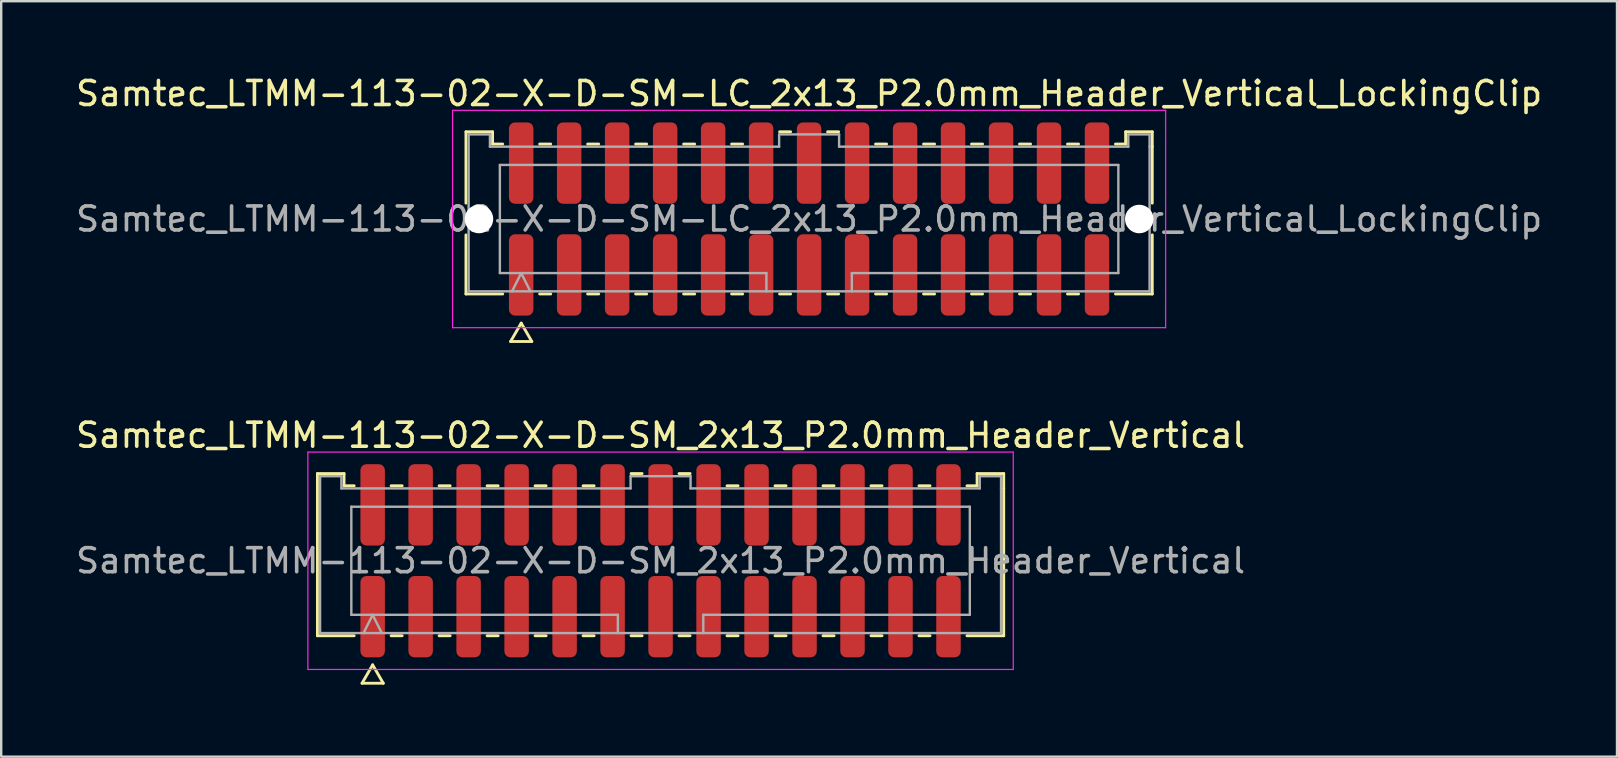
<source format=kicad_pcb>
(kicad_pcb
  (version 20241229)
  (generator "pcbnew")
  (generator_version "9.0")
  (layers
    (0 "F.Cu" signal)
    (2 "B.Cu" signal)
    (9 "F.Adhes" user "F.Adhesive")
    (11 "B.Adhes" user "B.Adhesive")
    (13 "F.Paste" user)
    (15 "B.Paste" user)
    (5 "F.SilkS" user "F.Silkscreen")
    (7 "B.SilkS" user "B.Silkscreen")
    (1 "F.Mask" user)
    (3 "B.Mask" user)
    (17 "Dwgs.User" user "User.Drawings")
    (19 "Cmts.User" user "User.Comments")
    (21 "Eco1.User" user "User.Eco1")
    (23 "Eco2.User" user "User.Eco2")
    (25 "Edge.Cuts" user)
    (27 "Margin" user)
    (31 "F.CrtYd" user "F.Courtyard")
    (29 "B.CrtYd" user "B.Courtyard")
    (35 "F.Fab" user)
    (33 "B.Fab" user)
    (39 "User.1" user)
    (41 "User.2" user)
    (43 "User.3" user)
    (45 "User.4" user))
  (footprint "Samtec_LTMM-113-02-X-D-SM-LC_2x13_P2.0mm_Header_Vertical_LockingClip"
    (layer "F.Cu")
    (at 30.673 6.078)
    (property "Reference" "Samtec_LTMM-113-02-X-D-SM-LC_2x13_P2.0mm_Header_Vertical_LockingClip" (at 0 -5.23 0) (layer "F.SilkS") (effects (font (size 1 1) (thickness 0.15))))
    (attr smd)
    (fp_line (start -14.302 -3.635) (end -13.193 -3.635) (stroke (width 0.12) (type solid)) (layer "F.SilkS"))
    (fp_line (start -14.302 -0.662) (end -14.302 -3.635) (stroke (width 0.12) (type solid)) (layer "F.SilkS"))
    (fp_line (start -14.302 3.125) (end -14.302 0.662) (stroke (width 0.12) (type solid)) (layer "F.SilkS"))
    (fp_line (start -13.193 -3.635) (end -13.193 -3.125) (stroke (width 0.12) (type solid)) (layer "F.SilkS"))
    (fp_line (start -13.193 -3.125) (end -12.77 -3.125) (stroke (width 0.12) (type solid)) (layer "F.SilkS"))
    (fp_line (start -12.77 3.125) (end -14.302 3.125) (stroke (width 0.12) (type solid)) (layer "F.SilkS"))
    (fp_line (start -12.442 5.105) (end -12 4.34) (stroke (width 0.12) (type solid)) (layer "F.SilkS"))
    (fp_line (start -12 4.34) (end -11.558 5.105) (stroke (width 0.12) (type solid)) (layer "F.SilkS"))
    (fp_line (start -11.558 5.105) (end -12.442 5.105) (stroke (width 0.12) (type solid)) (layer "F.SilkS"))
    (fp_line (start -11.23 -3.125) (end -10.77 -3.125) (stroke (width 0.12) (type solid)) (layer "F.SilkS"))
    (fp_line (start -10.77 3.125) (end -11.23 3.125) (stroke (width 0.12) (type solid)) (layer "F.SilkS"))
    (fp_line (start -9.23 -3.125) (end -8.77 -3.125) (stroke (width 0.12) (type solid)) (layer "F.SilkS"))
    (fp_line (start -8.77 3.125) (end -9.23 3.125) (stroke (width 0.12) (type solid)) (layer "F.SilkS"))
    (fp_line (start -7.23 -3.125) (end -6.77 -3.125) (stroke (width 0.12) (type solid)) (layer "F.SilkS"))
    (fp_line (start -6.77 3.125) (end -7.23 3.125) (stroke (width 0.12) (type solid)) (layer "F.SilkS"))
    (fp_line (start -5.23 -3.125) (end -4.77 -3.125) (stroke (width 0.12) (type solid)) (layer "F.SilkS"))
    (fp_line (start -4.77 3.125) (end -5.23 3.125) (stroke (width 0.12) (type solid)) (layer "F.SilkS"))
    (fp_line (start -3.23 -3.125) (end -2.77 -3.125) (stroke (width 0.12) (type solid)) (layer "F.SilkS"))
    (fp_line (start -2.77 3.125) (end -3.23 3.125) (stroke (width 0.12) (type solid)) (layer "F.SilkS"))
    (fp_line (start -1.23 -3.635) (end -0.77 -3.635) (stroke (width 0.12) (type solid)) (layer "F.SilkS"))
    (fp_line (start -0.77 3.125) (end -1.23 3.125) (stroke (width 0.12) (type solid)) (layer "F.SilkS"))
    (fp_line (start 0.77 -3.635) (end 1.23 -3.635) (stroke (width 0.12) (type solid)) (layer "F.SilkS"))
    (fp_line (start 1.23 3.125) (end 0.77 3.125) (stroke (width 0.12) (type solid)) (layer "F.SilkS"))
    (fp_line (start 2.77 -3.125) (end 3.23 -3.125) (stroke (width 0.12) (type solid)) (layer "F.SilkS"))
    (fp_line (start 3.23 3.125) (end 2.77 3.125) (stroke (width 0.12) (type solid)) (layer "F.SilkS"))
    (fp_line (start 4.77 -3.125) (end 5.23 -3.125) (stroke (width 0.12) (type solid)) (layer "F.SilkS"))
    (fp_line (start 5.23 3.125) (end 4.77 3.125) (stroke (width 0.12) (type solid)) (layer "F.SilkS"))
    (fp_line (start 6.77 -3.125) (end 7.23 -3.125) (stroke (width 0.12) (type solid)) (layer "F.SilkS"))
    (fp_line (start 7.23 3.125) (end 6.77 3.125) (stroke (width 0.12) (type solid)) (layer "F.SilkS"))
    (fp_line (start 8.77 -3.125) (end 9.23 -3.125) (stroke (width 0.12) (type solid)) (layer "F.SilkS"))
    (fp_line (start 9.23 3.125) (end 8.77 3.125) (stroke (width 0.12) (type solid)) (layer "F.SilkS"))
    (fp_line (start 10.77 -3.125) (end 11.23 -3.125) (stroke (width 0.12) (type solid)) (layer "F.SilkS"))
    (fp_line (start 11.23 3.125) (end 10.77 3.125) (stroke (width 0.12) (type solid)) (layer "F.SilkS"))
    (fp_line (start 12.77 -3.125) (end 13.193 -3.125) (stroke (width 0.12) (type solid)) (layer "F.SilkS"))
    (fp_line (start 13.193 -3.635) (end 14.302 -3.635) (stroke (width 0.12) (type solid)) (layer "F.SilkS"))
    (fp_line (start 13.193 -3.125) (end 13.193 -3.635) (stroke (width 0.12) (type solid)) (layer "F.SilkS"))
    (fp_line (start 14.302 -3.635) (end 14.302 -3.015) (stroke (width 0.12) (type solid)) (layer "F.SilkS"))
    (fp_line (start 14.302 -3.015) (end 14.302 -0.662) (stroke (width 0.12) (type solid)) (layer "F.SilkS"))
    (fp_line (start 14.302 0.662) (end 14.302 3.125) (stroke (width 0.12) (type solid)) (layer "F.SilkS"))
    (fp_line (start 14.302 3.125) (end 12.77 3.125) (stroke (width 0.12) (type solid)) (layer "F.SilkS"))
    (fp_line (start -14.86 -4.53) (end -14.86 4.53) (stroke (width 0.05) (type solid)) (layer "F.CrtYd"))
    (fp_line (start -14.86 4.53) (end 14.86 4.53) (stroke (width 0.05) (type solid)) (layer "F.CrtYd"))
    (fp_line (start 14.86 -4.53) (end -14.86 -4.53) (stroke (width 0.05) (type solid)) (layer "F.CrtYd"))
    (fp_line (start 14.86 4.53) (end 14.86 -4.53) (stroke (width 0.05) (type solid)) (layer "F.CrtYd"))
    (fp_line (start -14.191 -3.525) (end -13.303 -3.525) (stroke (width 0.1) (type solid)) (layer "F.Fab"))
    (fp_line (start -14.191 3.015) (end -14.191 -3.525) (stroke (width 0.1) (type solid)) (layer "F.Fab"))
    (fp_line (start -13.303 -3.525) (end -13.303 -3.015) (stroke (width 0.1) (type solid)) (layer "F.Fab"))
    (fp_line (start -13.303 -3.015) (end -1.25 -3.015) (stroke (width 0.1) (type solid)) (layer "F.Fab"))
    (fp_line (start -12.889 -2.253) (end 12.889 -2.253) (stroke (width 0.1) (type solid)) (layer "F.Fab"))
    (fp_line (start -12.889 2.253) (end -12.889 -2.253) (stroke (width 0.1) (type solid)) (layer "F.Fab"))
    (fp_line (start -12.381 3.015) (end -12 2.253) (stroke (width 0.1) (type solid)) (layer "F.Fab"))
    (fp_line (start -12 2.253) (end -11.619 3.015) (stroke (width 0.1) (type solid)) (layer "F.Fab"))
    (fp_line (start -1.78 2.253) (end -12.889 2.253) (stroke (width 0.1) (type solid)) (layer "F.Fab"))
    (fp_line (start -1.78 3.015) (end -1.78 2.253) (stroke (width 0.1) (type solid)) (layer "F.Fab"))
    (fp_line (start -1.25 -3.525) (end 1.25 -3.525) (stroke (width 0.1) (type solid)) (layer "F.Fab"))
    (fp_line (start -1.25 -3.015) (end -1.25 -3.525) (stroke (width 0.1) (type solid)) (layer "F.Fab"))
    (fp_line (start 1.25 -3.525) (end 1.25 -3.015) (stroke (width 0.1) (type solid)) (layer "F.Fab"))
    (fp_line (start 1.25 -3.015) (end 13.303 -3.015) (stroke (width 0.1) (type solid)) (layer "F.Fab"))
    (fp_line (start 1.78 2.253) (end 1.78 3.015) (stroke (width 0.1) (type solid)) (layer "F.Fab"))
    (fp_line (start 12.889 -2.253) (end 12.889 2.253) (stroke (width 0.1) (type solid)) (layer "F.Fab"))
    (fp_line (start 12.889 2.253) (end 1.78 2.253) (stroke (width 0.1) (type solid)) (layer "F.Fab"))
    (fp_line (start 13.303 -3.525) (end 14.191 -3.525) (stroke (width 0.1) (type solid)) (layer "F.Fab"))
    (fp_line (start 13.303 -3.015) (end 13.303 -3.525) (stroke (width 0.1) (type solid)) (layer "F.Fab"))
    (fp_line (start 14.191 -3.525) (end 14.191 -3.015) (stroke (width 0.1) (type solid)) (layer "F.Fab"))
    (fp_line (start 14.191 -3.015) (end 14.191 3.015) (stroke (width 0.1) (type solid)) (layer "F.Fab"))
    (fp_line (start 14.191 3.015) (end -14.191 3.015) (stroke (width 0.1) (type solid)) (layer "F.Fab"))
    (fp_text user "${REFERENCE}" (at 0 0 0) (layer "F.Fab") (effects (font (size 1 1) (thickness 0.15))))
    (pad "" np_thru_hole circle (at -13.76 0) (size 1.19 1.19) (drill 1.19) (layers "*.Cu" "*.Mask"))
    (pad "" np_thru_hole circle (at 13.76 0) (size 1.19 1.19) (drill 1.19) (layers "*.Cu" "*.Mask"))
    (pad "1" smd roundrect (at -12 2.33) (size 1.02 3.39) (layers "F.Cu" "F.Mask" "F.Paste") (roundrect_rratio 0.245))
    (pad "2" smd roundrect (at -12 -2.33) (size 1.02 3.39) (layers "F.Cu" "F.Mask" "F.Paste") (roundrect_rratio 0.245))
    (pad "3" smd roundrect (at -10 2.33) (size 1.02 3.39) (layers "F.Cu" "F.Mask" "F.Paste") (roundrect_rratio 0.245))
    (pad "4" smd roundrect (at -10 -2.33) (size 1.02 3.39) (layers "F.Cu" "F.Mask" "F.Paste") (roundrect_rratio 0.245))
    (pad "5" smd roundrect (at -8 2.33) (size 1.02 3.39) (layers "F.Cu" "F.Mask" "F.Paste") (roundrect_rratio 0.245))
    (pad "6" smd roundrect (at -8 -2.33) (size 1.02 3.39) (layers "F.Cu" "F.Mask" "F.Paste") (roundrect_rratio 0.245))
    (pad "7" smd roundrect (at -6 2.33) (size 1.02 3.39) (layers "F.Cu" "F.Mask" "F.Paste") (roundrect_rratio 0.245))
    (pad "8" smd roundrect (at -6 -2.33) (size 1.02 3.39) (layers "F.Cu" "F.Mask" "F.Paste") (roundrect_rratio 0.245))
    (pad "9" smd roundrect (at -4 2.33) (size 1.02 3.39) (layers "F.Cu" "F.Mask" "F.Paste") (roundrect_rratio 0.245))
    (pad "10" smd roundrect (at -4 -2.33) (size 1.02 3.39) (layers "F.Cu" "F.Mask" "F.Paste") (roundrect_rratio 0.245))
    (pad "11" smd roundrect (at -2 2.33) (size 1.02 3.39) (layers "F.Cu" "F.Mask" "F.Paste") (roundrect_rratio 0.245))
    (pad "12" smd roundrect (at -2 -2.33) (size 1.02 3.39) (layers "F.Cu" "F.Mask" "F.Paste") (roundrect_rratio 0.245))
    (pad "13" smd roundrect (at 0 2.33) (size 1.02 3.39) (layers "F.Cu" "F.Mask" "F.Paste") (roundrect_rratio 0.245))
    (pad "14" smd roundrect (at 0 -2.33) (size 1.02 3.39) (layers "F.Cu" "F.Mask" "F.Paste") (roundrect_rratio 0.245))
    (pad "15" smd roundrect (at 2 2.33) (size 1.02 3.39) (layers "F.Cu" "F.Mask" "F.Paste") (roundrect_rratio 0.245))
    (pad "16" smd roundrect (at 2 -2.33) (size 1.02 3.39) (layers "F.Cu" "F.Mask" "F.Paste") (roundrect_rratio 0.245))
    (pad "17" smd roundrect (at 4 2.33) (size 1.02 3.39) (layers "F.Cu" "F.Mask" "F.Paste") (roundrect_rratio 0.245))
    (pad "18" smd roundrect (at 4 -2.33) (size 1.02 3.39) (layers "F.Cu" "F.Mask" "F.Paste") (roundrect_rratio 0.245))
    (pad "19" smd roundrect (at 6 2.33) (size 1.02 3.39) (layers "F.Cu" "F.Mask" "F.Paste") (roundrect_rratio 0.245))
    (pad "20" smd roundrect (at 6 -2.33) (size 1.02 3.39) (layers "F.Cu" "F.Mask" "F.Paste") (roundrect_rratio 0.245))
    (pad "21" smd roundrect (at 8 2.33) (size 1.02 3.39) (layers "F.Cu" "F.Mask" "F.Paste") (roundrect_rratio 0.245))
    (pad "22" smd roundrect (at 8 -2.33) (size 1.02 3.39) (layers "F.Cu" "F.Mask" "F.Paste") (roundrect_rratio 0.245))
    (pad "23" smd roundrect (at 10 2.33) (size 1.02 3.39) (layers "F.Cu" "F.Mask" "F.Paste") (roundrect_rratio 0.245))
    (pad "24" smd roundrect (at 10 -2.33) (size 1.02 3.39) (layers "F.Cu" "F.Mask" "F.Paste") (roundrect_rratio 0.245))
    (pad "25" smd roundrect (at 12 2.33) (size 1.02 3.39) (layers "F.Cu" "F.Mask" "F.Paste") (roundrect_rratio 0.245))
    (pad "26" smd roundrect (at 12 -2.33) (size 1.02 3.39) (layers "F.Cu" "F.Mask" "F.Paste") (roundrect_rratio 0.245)))
  (footprint "Samtec_LTMM-113-02-X-D-SM_2x13_P2.0mm_Header_Vertical"
    (layer "F.Cu")
    (at 24.482 20.322)
    (property "Reference" "Samtec_LTMM-113-02-X-D-SM_2x13_P2.0mm_Header_Vertical" (at 0 -5.23 0) (layer "F.SilkS") (effects (font (size 1 1) (thickness 0.15))))
    (attr smd)
    (fp_line (start -14.302 -3.635) (end -13.193 -3.635) (stroke (width 0.12) (type solid)) (layer "F.SilkS"))
    (fp_line (start -14.302 3.125) (end -14.302 -3.635) (stroke (width 0.12) (type solid)) (layer "F.SilkS"))
    (fp_line (start -13.193 -3.635) (end -13.193 -3.125) (stroke (width 0.12) (type solid)) (layer "F.SilkS"))
    (fp_line (start -13.193 -3.125) (end -12.77 -3.125) (stroke (width 0.12) (type solid)) (layer "F.SilkS"))
    (fp_line (start -12.77 3.125) (end -14.302 3.125) (stroke (width 0.12) (type solid)) (layer "F.SilkS"))
    (fp_line (start -12.442 5.105) (end -12 4.34) (stroke (width 0.12) (type solid)) (layer "F.SilkS"))
    (fp_line (start -12 4.34) (end -11.558 5.105) (stroke (width 0.12) (type solid)) (layer "F.SilkS"))
    (fp_line (start -11.558 5.105) (end -12.442 5.105) (stroke (width 0.12) (type solid)) (layer "F.SilkS"))
    (fp_line (start -11.23 -3.125) (end -10.77 -3.125) (stroke (width 0.12) (type solid)) (layer "F.SilkS"))
    (fp_line (start -10.77 3.125) (end -11.23 3.125) (stroke (width 0.12) (type solid)) (layer "F.SilkS"))
    (fp_line (start -9.23 -3.125) (end -8.77 -3.125) (stroke (width 0.12) (type solid)) (layer "F.SilkS"))
    (fp_line (start -8.77 3.125) (end -9.23 3.125) (stroke (width 0.12) (type solid)) (layer "F.SilkS"))
    (fp_line (start -7.23 -3.125) (end -6.77 -3.125) (stroke (width 0.12) (type solid)) (layer "F.SilkS"))
    (fp_line (start -6.77 3.125) (end -7.23 3.125) (stroke (width 0.12) (type solid)) (layer "F.SilkS"))
    (fp_line (start -5.23 -3.125) (end -4.77 -3.125) (stroke (width 0.12) (type solid)) (layer "F.SilkS"))
    (fp_line (start -4.77 3.125) (end -5.23 3.125) (stroke (width 0.12) (type solid)) (layer "F.SilkS"))
    (fp_line (start -3.23 -3.125) (end -2.77 -3.125) (stroke (width 0.12) (type solid)) (layer "F.SilkS"))
    (fp_line (start -2.77 3.125) (end -3.23 3.125) (stroke (width 0.12) (type solid)) (layer "F.SilkS"))
    (fp_line (start -1.23 -3.635) (end -0.77 -3.635) (stroke (width 0.12) (type solid)) (layer "F.SilkS"))
    (fp_line (start -0.77 3.125) (end -1.23 3.125) (stroke (width 0.12) (type solid)) (layer "F.SilkS"))
    (fp_line (start 0.77 -3.635) (end 1.23 -3.635) (stroke (width 0.12) (type solid)) (layer "F.SilkS"))
    (fp_line (start 1.23 3.125) (end 0.77 3.125) (stroke (width 0.12) (type solid)) (layer "F.SilkS"))
    (fp_line (start 2.77 -3.125) (end 3.23 -3.125) (stroke (width 0.12) (type solid)) (layer "F.SilkS"))
    (fp_line (start 3.23 3.125) (end 2.77 3.125) (stroke (width 0.12) (type solid)) (layer "F.SilkS"))
    (fp_line (start 4.77 -3.125) (end 5.23 -3.125) (stroke (width 0.12) (type solid)) (layer "F.SilkS"))
    (fp_line (start 5.23 3.125) (end 4.77 3.125) (stroke (width 0.12) (type solid)) (layer "F.SilkS"))
    (fp_line (start 6.77 -3.125) (end 7.23 -3.125) (stroke (width 0.12) (type solid)) (layer "F.SilkS"))
    (fp_line (start 7.23 3.125) (end 6.77 3.125) (stroke (width 0.12) (type solid)) (layer "F.SilkS"))
    (fp_line (start 8.77 -3.125) (end 9.23 -3.125) (stroke (width 0.12) (type solid)) (layer "F.SilkS"))
    (fp_line (start 9.23 3.125) (end 8.77 3.125) (stroke (width 0.12) (type solid)) (layer "F.SilkS"))
    (fp_line (start 10.77 -3.125) (end 11.23 -3.125) (stroke (width 0.12) (type solid)) (layer "F.SilkS"))
    (fp_line (start 11.23 3.125) (end 10.77 3.125) (stroke (width 0.12) (type solid)) (layer "F.SilkS"))
    (fp_line (start 12.77 -3.125) (end 13.193 -3.125) (stroke (width 0.12) (type solid)) (layer "F.SilkS"))
    (fp_line (start 13.193 -3.635) (end 14.302 -3.635) (stroke (width 0.12) (type solid)) (layer "F.SilkS"))
    (fp_line (start 13.193 -3.125) (end 13.193 -3.635) (stroke (width 0.12) (type solid)) (layer "F.SilkS"))
    (fp_line (start 14.302 -3.635) (end 14.302 -3.015) (stroke (width 0.12) (type solid)) (layer "F.SilkS"))
    (fp_line (start 14.302 -3.015) (end 14.302 3.125) (stroke (width 0.12) (type solid)) (layer "F.SilkS"))
    (fp_line (start 14.302 3.125) (end 12.77 3.125) (stroke (width 0.12) (type solid)) (layer "F.SilkS"))
    (fp_line (start -14.7 -4.53) (end -14.7 4.53) (stroke (width 0.05) (type solid)) (layer "F.CrtYd"))
    (fp_line (start -14.7 4.53) (end 14.7 4.53) (stroke (width 0.05) (type solid)) (layer "F.CrtYd"))
    (fp_line (start 14.7 -4.53) (end -14.7 -4.53) (stroke (width 0.05) (type solid)) (layer "F.CrtYd"))
    (fp_line (start 14.7 4.53) (end 14.7 -4.53) (stroke (width 0.05) (type solid)) (layer "F.CrtYd"))
    (fp_line (start -14.191 -3.525) (end -13.303 -3.525) (stroke (width 0.1) (type solid)) (layer "F.Fab"))
    (fp_line (start -14.191 3.015) (end -14.191 -3.525) (stroke (width 0.1) (type solid)) (layer "F.Fab"))
    (fp_line (start -13.303 -3.525) (end -13.303 -3.015) (stroke (width 0.1) (type solid)) (layer "F.Fab"))
    (fp_line (start -13.303 -3.015) (end -1.25 -3.015) (stroke (width 0.1) (type solid)) (layer "F.Fab"))
    (fp_line (start -12.889 -2.253) (end 12.889 -2.253) (stroke (width 0.1) (type solid)) (layer "F.Fab"))
    (fp_line (start -12.889 2.253) (end -12.889 -2.253) (stroke (width 0.1) (type solid)) (layer "F.Fab"))
    (fp_line (start -12.381 3.015) (end -12 2.253) (stroke (width 0.1) (type solid)) (layer "F.Fab"))
    (fp_line (start -12 2.253) (end -11.619 3.015) (stroke (width 0.1) (type solid)) (layer "F.Fab"))
    (fp_line (start -1.78 2.253) (end -12.889 2.253) (stroke (width 0.1) (type solid)) (layer "F.Fab"))
    (fp_line (start -1.78 3.015) (end -1.78 2.253) (stroke (width 0.1) (type solid)) (layer "F.Fab"))
    (fp_line (start -1.25 -3.525) (end 1.25 -3.525) (stroke (width 0.1) (type solid)) (layer "F.Fab"))
    (fp_line (start -1.25 -3.015) (end -1.25 -3.525) (stroke (width 0.1) (type solid)) (layer "F.Fab"))
    (fp_line (start 1.25 -3.525) (end 1.25 -3.015) (stroke (width 0.1) (type solid)) (layer "F.Fab"))
    (fp_line (start 1.25 -3.015) (end 13.303 -3.015) (stroke (width 0.1) (type solid)) (layer "F.Fab"))
    (fp_line (start 1.78 2.253) (end 1.78 3.015) (stroke (width 0.1) (type solid)) (layer "F.Fab"))
    (fp_line (start 12.889 -2.253) (end 12.889 2.253) (stroke (width 0.1) (type solid)) (layer "F.Fab"))
    (fp_line (start 12.889 2.253) (end 1.78 2.253) (stroke (width 0.1) (type solid)) (layer "F.Fab"))
    (fp_line (start 13.303 -3.525) (end 14.191 -3.525) (stroke (width 0.1) (type solid)) (layer "F.Fab"))
    (fp_line (start 13.303 -3.015) (end 13.303 -3.525) (stroke (width 0.1) (type solid)) (layer "F.Fab"))
    (fp_line (start 14.191 -3.525) (end 14.191 -3.015) (stroke (width 0.1) (type solid)) (layer "F.Fab"))
    (fp_line (start 14.191 -3.015) (end 14.191 3.015) (stroke (width 0.1) (type solid)) (layer "F.Fab"))
    (fp_line (start 14.191 3.015) (end -14.191 3.015) (stroke (width 0.1) (type solid)) (layer "F.Fab"))
    (fp_text user "${REFERENCE}" (at 0 0 0) (layer "F.Fab") (effects (font (size 1 1) (thickness 0.15))))
    (pad "1" smd roundrect (at -12 2.33) (size 1.02 3.39) (layers "F.Cu" "F.Mask" "F.Paste") (roundrect_rratio 0.245))
    (pad "2" smd roundrect (at -12 -2.33) (size 1.02 3.39) (layers "F.Cu" "F.Mask" "F.Paste") (roundrect_rratio 0.245))
    (pad "3" smd roundrect (at -10 2.33) (size 1.02 3.39) (layers "F.Cu" "F.Mask" "F.Paste") (roundrect_rratio 0.245))
    (pad "4" smd roundrect (at -10 -2.33) (size 1.02 3.39) (layers "F.Cu" "F.Mask" "F.Paste") (roundrect_rratio 0.245))
    (pad "5" smd roundrect (at -8 2.33) (size 1.02 3.39) (layers "F.Cu" "F.Mask" "F.Paste") (roundrect_rratio 0.245))
    (pad "6" smd roundrect (at -8 -2.33) (size 1.02 3.39) (layers "F.Cu" "F.Mask" "F.Paste") (roundrect_rratio 0.245))
    (pad "7" smd roundrect (at -6 2.33) (size 1.02 3.39) (layers "F.Cu" "F.Mask" "F.Paste") (roundrect_rratio 0.245))
    (pad "8" smd roundrect (at -6 -2.33) (size 1.02 3.39) (layers "F.Cu" "F.Mask" "F.Paste") (roundrect_rratio 0.245))
    (pad "9" smd roundrect (at -4 2.33) (size 1.02 3.39) (layers "F.Cu" "F.Mask" "F.Paste") (roundrect_rratio 0.245))
    (pad "10" smd roundrect (at -4 -2.33) (size 1.02 3.39) (layers "F.Cu" "F.Mask" "F.Paste") (roundrect_rratio 0.245))
    (pad "11" smd roundrect (at -2 2.33) (size 1.02 3.39) (layers "F.Cu" "F.Mask" "F.Paste") (roundrect_rratio 0.245))
    (pad "12" smd roundrect (at -2 -2.33) (size 1.02 3.39) (layers "F.Cu" "F.Mask" "F.Paste") (roundrect_rratio 0.245))
    (pad "13" smd roundrect (at 0 2.33) (size 1.02 3.39) (layers "F.Cu" "F.Mask" "F.Paste") (roundrect_rratio 0.245))
    (pad "14" smd roundrect (at 0 -2.33) (size 1.02 3.39) (layers "F.Cu" "F.Mask" "F.Paste") (roundrect_rratio 0.245))
    (pad "15" smd roundrect (at 2 2.33) (size 1.02 3.39) (layers "F.Cu" "F.Mask" "F.Paste") (roundrect_rratio 0.245))
    (pad "16" smd roundrect (at 2 -2.33) (size 1.02 3.39) (layers "F.Cu" "F.Mask" "F.Paste") (roundrect_rratio 0.245))
    (pad "17" smd roundrect (at 4 2.33) (size 1.02 3.39) (layers "F.Cu" "F.Mask" "F.Paste") (roundrect_rratio 0.245))
    (pad "18" smd roundrect (at 4 -2.33) (size 1.02 3.39) (layers "F.Cu" "F.Mask" "F.Paste") (roundrect_rratio 0.245))
    (pad "19" smd roundrect (at 6 2.33) (size 1.02 3.39) (layers "F.Cu" "F.Mask" "F.Paste") (roundrect_rratio 0.245))
    (pad "20" smd roundrect (at 6 -2.33) (size 1.02 3.39) (layers "F.Cu" "F.Mask" "F.Paste") (roundrect_rratio 0.245))
    (pad "21" smd roundrect (at 8 2.33) (size 1.02 3.39) (layers "F.Cu" "F.Mask" "F.Paste") (roundrect_rratio 0.245))
    (pad "22" smd roundrect (at 8 -2.33) (size 1.02 3.39) (layers "F.Cu" "F.Mask" "F.Paste") (roundrect_rratio 0.245))
    (pad "23" smd roundrect (at 10 2.33) (size 1.02 3.39) (layers "F.Cu" "F.Mask" "F.Paste") (roundrect_rratio 0.245))
    (pad "24" smd roundrect (at 10 -2.33) (size 1.02 3.39) (layers "F.Cu" "F.Mask" "F.Paste") (roundrect_rratio 0.245))
    (pad "25" smd roundrect (at 12 2.33) (size 1.02 3.39) (layers "F.Cu" "F.Mask" "F.Paste") (roundrect_rratio 0.245))
    (pad "26" smd roundrect (at 12 -2.33) (size 1.02 3.39) (layers "F.Cu" "F.Mask" "F.Paste") (roundrect_rratio 0.245)))
  (gr_rect
    (start -3 -3)
    (end 64.345 28.486)
    (stroke (width 0.1) (type default))
    (fill no)
    (layer "Edge.Cuts")))
</source>
